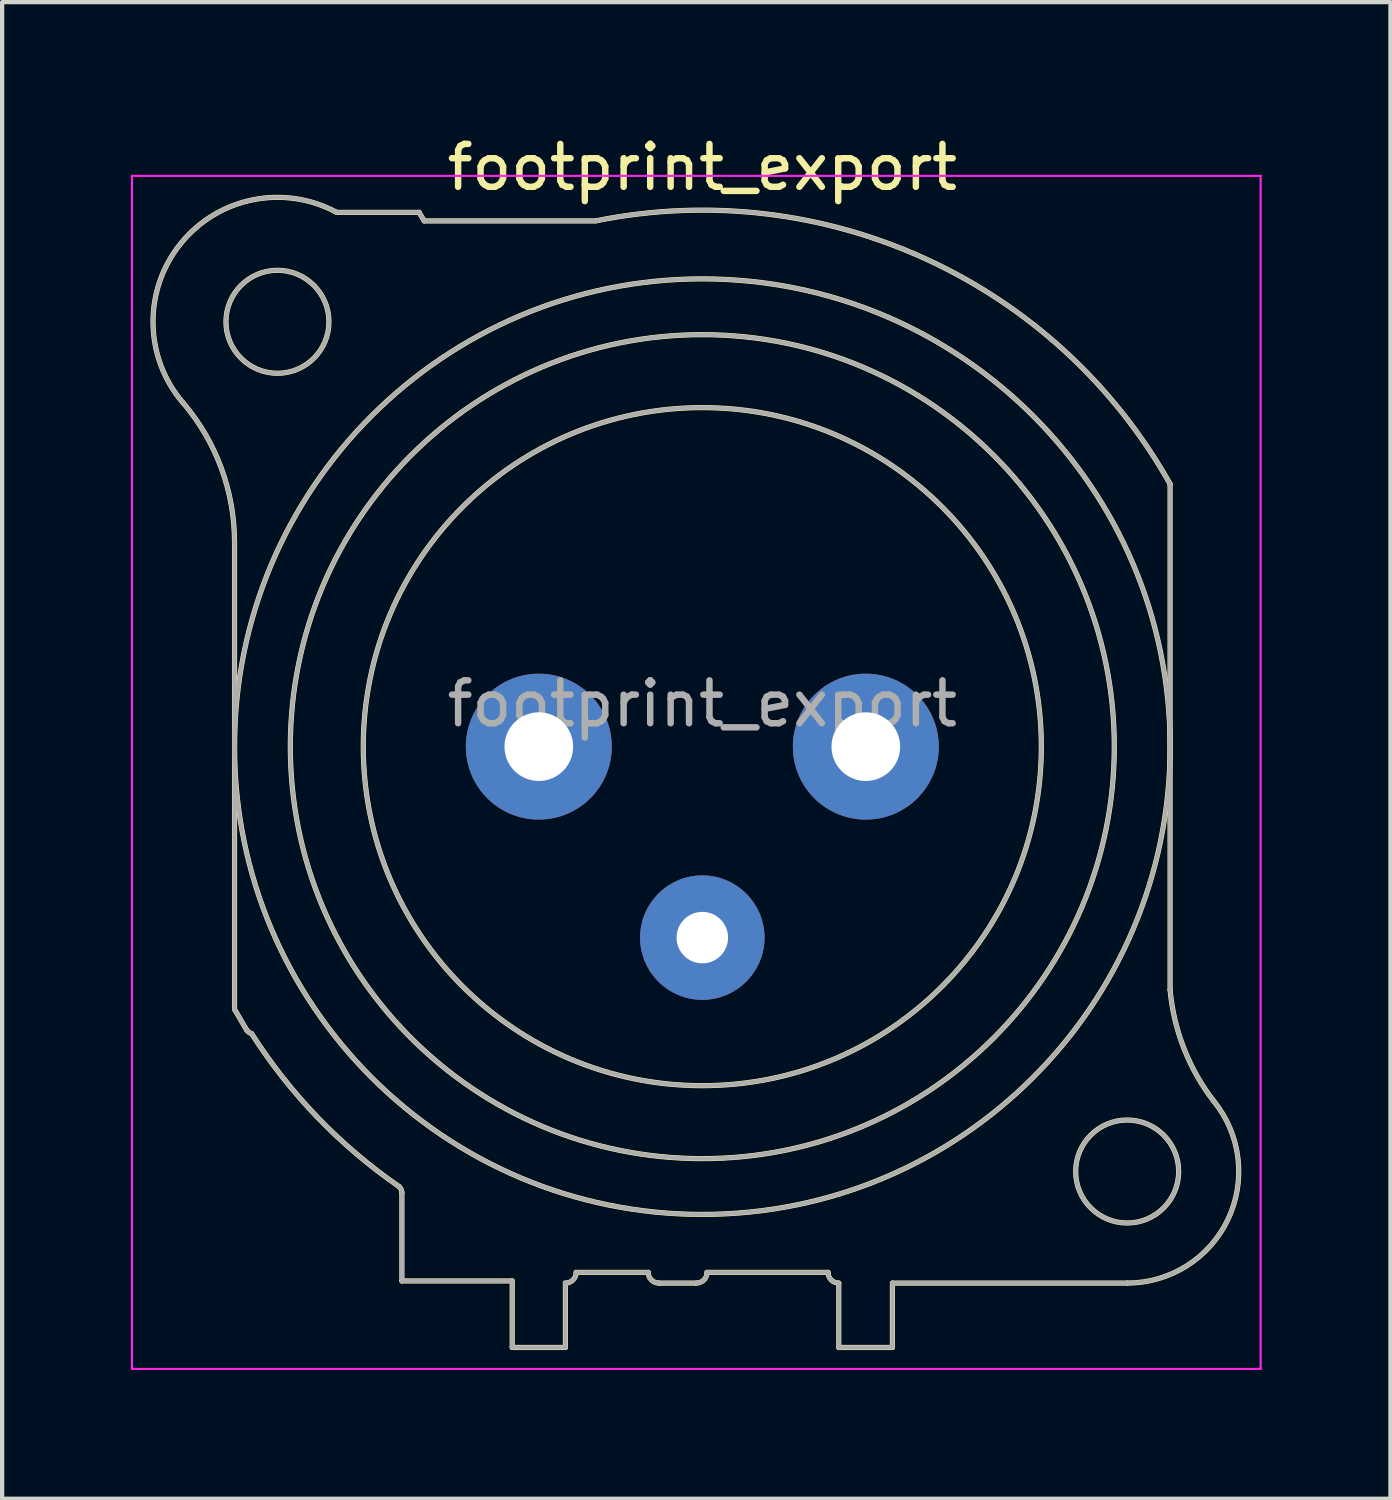
<source format=kicad_pcb>
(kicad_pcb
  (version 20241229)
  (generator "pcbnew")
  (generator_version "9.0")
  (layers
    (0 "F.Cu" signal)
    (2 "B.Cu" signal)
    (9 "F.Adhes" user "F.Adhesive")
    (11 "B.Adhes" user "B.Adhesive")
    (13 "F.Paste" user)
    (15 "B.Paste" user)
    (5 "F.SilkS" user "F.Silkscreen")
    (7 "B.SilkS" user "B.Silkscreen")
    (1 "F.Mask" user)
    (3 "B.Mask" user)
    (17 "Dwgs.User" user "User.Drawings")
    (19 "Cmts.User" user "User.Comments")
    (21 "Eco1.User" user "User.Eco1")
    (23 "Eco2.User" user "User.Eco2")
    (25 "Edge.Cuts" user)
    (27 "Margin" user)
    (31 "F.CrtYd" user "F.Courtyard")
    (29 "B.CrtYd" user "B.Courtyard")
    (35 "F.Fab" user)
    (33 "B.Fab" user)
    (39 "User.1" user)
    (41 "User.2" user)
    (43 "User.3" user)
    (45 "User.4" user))
  (footprint "footprint_export"
    (layer "F.Cu")
    (at 17.125 14.348)
    (property "Reference" "footprint_export" (at -3.81 -13.5 0) (layer "F.SilkS") (effects (font (size 1 1) (thickness 0.15))))
    (attr through_hole)
    (fp_line (start -14.71 -4.76) (end -14.71 6.12) (stroke (width 0.12) (type solid)) (layer "F.SilkS"))
    (fp_line (start -14.71 6.12) (end -14.43 6.6) (stroke (width 0.12) (type solid)) (layer "F.SilkS"))
    (fp_line (start -10.81 10.39) (end -10.81 12.45) (stroke (width 0.12) (type solid)) (layer "F.SilkS"))
    (fp_line (start -10.81 12.45) (end -8.24 12.45) (stroke (width 0.12) (type solid)) (layer "F.SilkS"))
    (fp_line (start -10.41 -12.45) (end -12.33 -12.45) (stroke (width 0.12) (type solid)) (layer "F.SilkS"))
    (fp_line (start -10.29 -12.25) (end -10.41 -12.45) (stroke (width 0.12) (type solid)) (layer "F.SilkS"))
    (fp_line (start -8.24 12.45) (end -8.24 14) (stroke (width 0.12) (type solid)) (layer "F.SilkS"))
    (fp_line (start -7 14) (end -8.24 14) (stroke (width 0.12) (type solid)) (layer "F.SilkS"))
    (fp_line (start -7 14) (end -7 12.5) (stroke (width 0.12) (type solid)) (layer "F.SilkS"))
    (fp_line (start -6.75 12.25) (end -5.07 12.25) (stroke (width 0.12) (type solid)) (layer "F.SilkS"))
    (fp_line (start -6.3 -12.25) (end -10.29 -12.25) (stroke (width 0.12) (type solid)) (layer "F.SilkS"))
    (fp_line (start -4.82 12.5) (end -3.95 12.5) (stroke (width 0.12) (type solid)) (layer "F.SilkS"))
    (fp_line (start -3.7 12.25) (end -0.88 12.25) (stroke (width 0.12) (type solid)) (layer "F.SilkS"))
    (fp_line (start -0.63 12.5) (end -0.63 14) (stroke (width 0.12) (type solid)) (layer "F.SilkS"))
    (fp_line (start 0.62 12.5) (end 6.09 12.5) (stroke (width 0.12) (type solid)) (layer "F.SilkS"))
    (fp_line (start 0.62 14) (end -0.63 14) (stroke (width 0.12) (type solid)) (layer "F.SilkS"))
    (fp_line (start 0.62 14) (end 0.62 12.5) (stroke (width 0.12) (type solid)) (layer "F.SilkS"))
    (fp_line (start 7.09 5.67) (end 7.09 -6.12) (stroke (width 0.12) (type solid)) (layer "F.SilkS"))
    (fp_arc (start -15.916051 -8.020379) (mid -15.021177 -6.498148) (end -14.71 -4.76) (stroke (width 0.12) (type solid)) (layer "F.SilkS"))
    (fp_arc (start -15.908884 -8.010077) (mid -15.967404 -11.719623) (end -12.33 -12.45) (stroke (width 0.12) (type solid)) (layer "F.SilkS"))
    (fp_arc (start -14.313753 6.685219) (mid -14.379716 6.653303) (end -14.43 6.6) (stroke (width 0.12) (type solid)) (layer "F.SilkS"))
    (fp_arc (start -10.879208 10.248532) (mid -12.772983 8.641241) (end -14.31 6.69) (stroke (width 0.12) (type solid)) (layer "F.SilkS"))
    (fp_arc (start -10.874359 10.252686) (mid -10.828679 10.315015) (end -10.81 10.39) (stroke (width 0.12) (type solid)) (layer "F.SilkS"))
    (fp_arc (start -6.75 12.25) (mid -6.823223 12.426777) (end -7 12.5) (stroke (width 0.12) (type solid)) (layer "F.SilkS"))
    (fp_arc (start -6.283571 -12.253402) (mid 1.401126 -11.362596) (end 7.09 -6.12) (stroke (width 0.12) (type solid)) (layer "F.SilkS"))
    (fp_arc (start -4.82 12.5) (mid -4.996777 12.426777) (end -5.07 12.25) (stroke (width 0.12) (type solid)) (layer "F.SilkS"))
    (fp_arc (start -3.7 12.25) (mid -3.773223 12.426777) (end -3.95 12.5) (stroke (width 0.12) (type solid)) (layer "F.SilkS"))
    (fp_arc (start -0.63 12.5) (mid -0.806777 12.426777) (end -0.88 12.25) (stroke (width 0.12) (type solid)) (layer "F.SilkS"))
    (fp_arc (start 8.110579 8.263767) (mid 8.436721 11.019329) (end 6.09 12.5) (stroke (width 0.12) (type solid)) (layer "F.SilkS"))
    (fp_arc (start 8.111727 8.266808) (mid 7.416073 7.041111) (end 7.09 5.67) (stroke (width 0.12) (type solid)) (layer "F.SilkS"))
    (fp_circle (center -13.71 -9.9) (end -12.51 -9.9) (stroke (width 0.12) (type solid)) (fill no) (layer "F.SilkS"))
    (fp_circle (center -3.81 0) (end 4.09 0) (stroke (width 0.12) (type solid)) (fill no) (layer "F.SilkS"))
    (fp_circle (center -3.81 0) (end 5.79 0) (stroke (width 0.12) (type solid)) (fill no) (layer "F.SilkS"))
    (fp_circle (center -3.81 0) (end 7.09 0) (stroke (width 0.12) (type solid)) (fill no) (layer "F.SilkS"))
    (fp_circle (center 6.09 9.9) (end 7.29 9.9) (stroke (width 0.12) (type solid)) (fill no) (layer "F.SilkS"))
    (fp_line (start -17.1 -13.3) (end 9.2 -13.3) (stroke (width 0.05) (type solid)) (layer "F.CrtYd"))
    (fp_line (start -17.1 14.5) (end -17.1 -13.3) (stroke (width 0.05) (type solid)) (layer "F.CrtYd"))
    (fp_line (start 9.2 -13.3) (end 9.2 14.5) (stroke (width 0.05) (type solid)) (layer "F.CrtYd"))
    (fp_line (start 9.2 14.5) (end -17.1 14.5) (stroke (width 0.05) (type solid)) (layer "F.CrtYd"))
    (fp_line (start -14.71 -4.76) (end -14.71 6.12) (stroke (width 0.1) (type solid)) (layer "F.Fab"))
    (fp_line (start -14.71 6.12) (end -14.43 6.6) (stroke (width 0.1) (type solid)) (layer "F.Fab"))
    (fp_line (start -10.81 10.39) (end -10.81 12.45) (stroke (width 0.1) (type solid)) (layer "F.Fab"))
    (fp_line (start -10.81 12.45) (end -8.24 12.45) (stroke (width 0.1) (type solid)) (layer "F.Fab"))
    (fp_line (start -10.41 -12.45) (end -12.33 -12.45) (stroke (width 0.1) (type solid)) (layer "F.Fab"))
    (fp_line (start -10.29 -12.25) (end -10.41 -12.45) (stroke (width 0.1) (type solid)) (layer "F.Fab"))
    (fp_line (start -8.24 12.45) (end -8.24 14) (stroke (width 0.1) (type solid)) (layer "F.Fab"))
    (fp_line (start -7 14) (end -8.24 14) (stroke (width 0.1) (type solid)) (layer "F.Fab"))
    (fp_line (start -7 14) (end -7 12.5) (stroke (width 0.1) (type solid)) (layer "F.Fab"))
    (fp_line (start -6.75 12.25) (end -5.07 12.25) (stroke (width 0.1) (type solid)) (layer "F.Fab"))
    (fp_line (start -6.3 -12.25) (end -10.29 -12.25) (stroke (width 0.1) (type solid)) (layer "F.Fab"))
    (fp_line (start -4.82 12.5) (end -3.95 12.5) (stroke (width 0.1) (type solid)) (layer "F.Fab"))
    (fp_line (start -3.7 12.25) (end -0.88 12.25) (stroke (width 0.1) (type solid)) (layer "F.Fab"))
    (fp_line (start -0.63 12.5) (end -0.63 14) (stroke (width 0.1) (type solid)) (layer "F.Fab"))
    (fp_line (start 0.62 12.5) (end 6.09 12.5) (stroke (width 0.1) (type solid)) (layer "F.Fab"))
    (fp_line (start 0.62 14) (end -0.63 14) (stroke (width 0.1) (type solid)) (layer "F.Fab"))
    (fp_line (start 0.62 14) (end 0.62 12.5) (stroke (width 0.1) (type solid)) (layer "F.Fab"))
    (fp_line (start 7.09 5.67) (end 7.09 -6.12) (stroke (width 0.1) (type solid)) (layer "F.Fab"))
    (fp_arc (start -15.916051 -8.020379) (mid -15.021177 -6.498148) (end -14.71 -4.76) (stroke (width 0.1) (type solid)) (layer "F.Fab"))
    (fp_arc (start -15.908884 -8.010077) (mid -15.967404 -11.719623) (end -12.33 -12.45) (stroke (width 0.1) (type solid)) (layer "F.Fab"))
    (fp_arc (start -14.313753 6.685219) (mid -14.379716 6.653303) (end -14.43 6.6) (stroke (width 0.1) (type solid)) (layer "F.Fab"))
    (fp_arc (start -10.879208 10.248532) (mid -12.772983 8.641241) (end -14.31 6.69) (stroke (width 0.1) (type solid)) (layer "F.Fab"))
    (fp_arc (start -10.874359 10.252686) (mid -10.828679 10.315015) (end -10.81 10.39) (stroke (width 0.1) (type solid)) (layer "F.Fab"))
    (fp_arc (start -6.75 12.25) (mid -6.823223 12.426777) (end -7 12.5) (stroke (width 0.1) (type solid)) (layer "F.Fab"))
    (fp_arc (start -6.283571 -12.253402) (mid 1.401126 -11.362596) (end 7.09 -6.12) (stroke (width 0.1) (type solid)) (layer "F.Fab"))
    (fp_arc (start -4.82 12.5) (mid -4.996777 12.426777) (end -5.07 12.25) (stroke (width 0.1) (type solid)) (layer "F.Fab"))
    (fp_arc (start -3.7 12.25) (mid -3.773223 12.426777) (end -3.95 12.5) (stroke (width 0.1) (type solid)) (layer "F.Fab"))
    (fp_arc (start -0.63 12.5) (mid -0.806777 12.426777) (end -0.88 12.25) (stroke (width 0.1) (type solid)) (layer "F.Fab"))
    (fp_arc (start 8.110579 8.263767) (mid 8.436721 11.019329) (end 6.09 12.5) (stroke (width 0.1) (type solid)) (layer "F.Fab"))
    (fp_arc (start 8.111727 8.266808) (mid 7.416073 7.041111) (end 7.09 5.67) (stroke (width 0.1) (type solid)) (layer "F.Fab"))
    (fp_circle (center -13.71 -9.9) (end -12.51 -9.9) (stroke (width 0.1) (type solid)) (fill no) (layer "F.Fab"))
    (fp_circle (center -3.81 0) (end 4.09 0) (stroke (width 0.1) (type solid)) (fill no) (layer "F.Fab"))
    (fp_circle (center -3.81 0) (end 5.79 0) (stroke (width 0.1) (type solid)) (fill no) (layer "F.Fab"))
    (fp_circle (center -3.81 0) (end 7.09 0) (stroke (width 0.1) (type solid)) (fill no) (layer "F.Fab"))
    (fp_circle (center 6.09 9.9) (end 7.29 9.9) (stroke (width 0.1) (type solid)) (fill no) (layer "F.Fab"))
    (fp_text user "${REFERENCE}" (at -3.81 -1 0) (layer "F.Fab") (effects (font (size 1 1) (thickness 0.15))))
    (pad "1" thru_hole circle (at 0 0) (size 3.4 3.4) (drill 1.6) (layers "*.Cu" "*.Mask"))
    (pad "2" thru_hole circle (at -7.62 0) (size 3.4 3.4) (drill 1.6) (layers "*.Cu" "*.Mask"))
    (pad "3" thru_hole circle (at -3.81 4.45) (size 2.9 2.9) (drill 1.2) (layers "*.Cu" "*.Mask")))
  (gr_rect
    (start -3 -3)
    (end 29.35 31.873)
    (stroke (width 0.1) (type default))
    (fill no)
    (layer "Edge.Cuts")))
</source>
